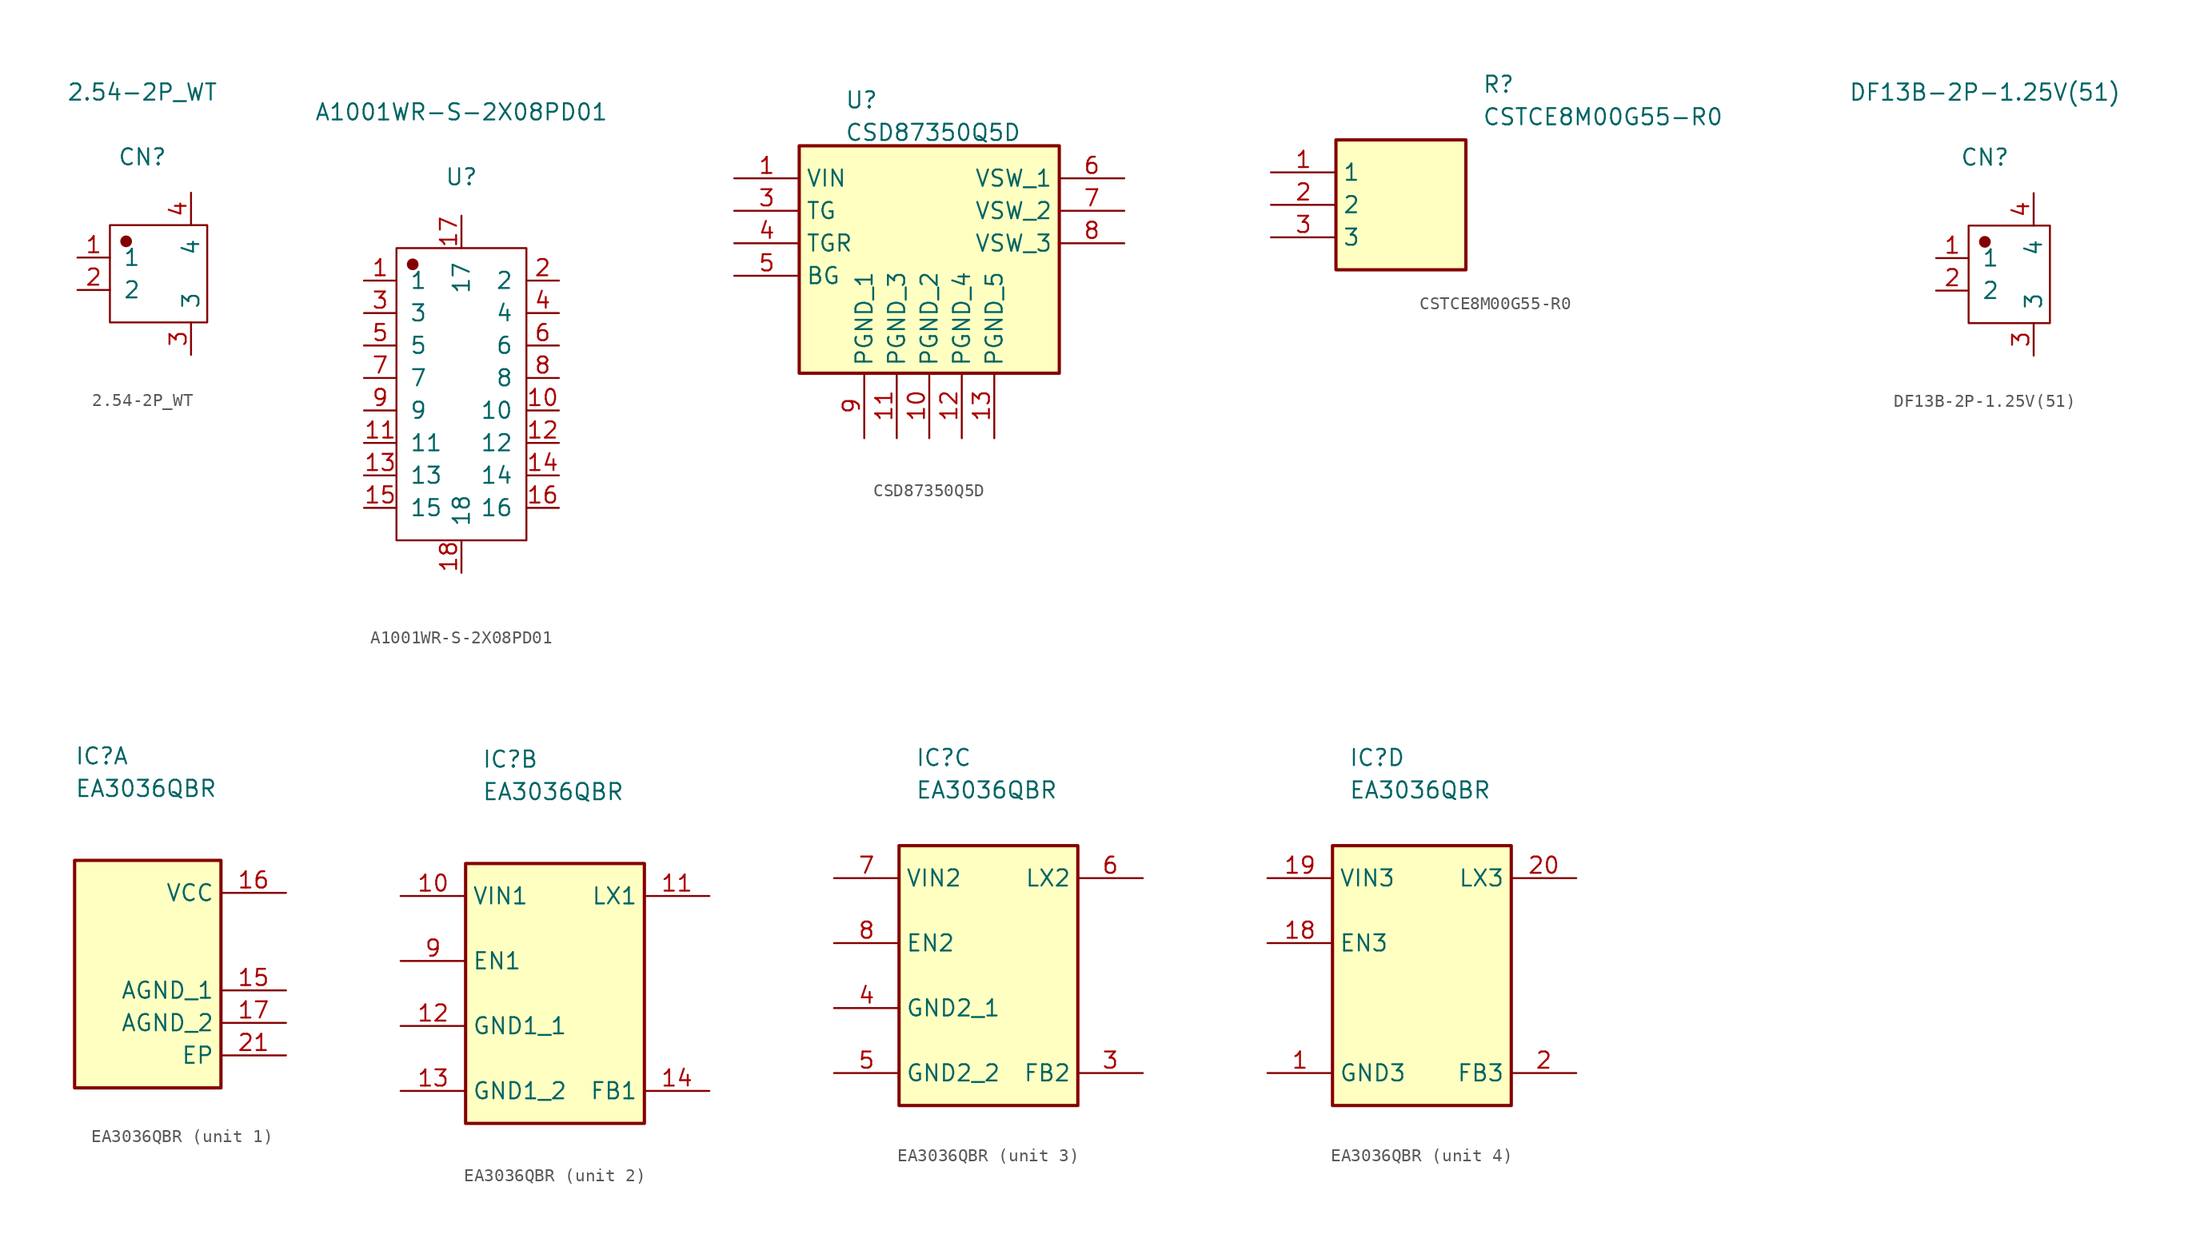
<source format=kicad_sym>
(kicad_symbol_lib
  (version 20231120)
  (generator "kicad_symbol_editor")
  (generator_version "8.0")
  (symbol "2.54-2P_WT"
    (pin_names
      (offset 1.016))
    (property "Reference" "CN"
      (at 0 9.144 0)
      (effects (font (size 1.27 1.27))))
    (property "Value" "2.54-2P_WT"
      (at 0 14.224 0)
      (effects (font (size 1.27 1.27))))
    (symbol "2.54-2P_WT_1_1"
      (rectangle (start -2.54 3.81) (end 5.08 -3.81) (stroke (width 0.152) (type solid)) (fill (type none)))
      (circle (center -1.27 2.54) (radius 0.381) (stroke (width 0.152) (type solid)) (fill (type outline)))
      (pin input line (at -5.08 1.27 0) (length 2.54) (name "1" (effects (font (size 1.27 1.27)))) (number "1" (effects (font (size 1.27 1.27)))))
      (pin input line (at -5.08 -1.27 0) (length 2.54) (name "2" (effects (font (size 1.27 1.27)))) (number "2" (effects (font (size 1.27 1.27)))))
      (pin input line (at 3.81 -6.35 90) (length 2.54) (name "3" (effects (font (size 1.27 1.27)))) (number "3" (effects (font (size 1.27 1.27)))))
      (pin input line (at 3.81 6.35 270) (length 2.54) (name "4" (effects (font (size 1.27 1.27)))) (number "4" (effects (font (size 1.27 1.27)))))))
  (symbol "A1001WR-S-2X08PD01"
    (pin_names
      (offset 1.016))
    (property "Reference" "U"
      (at 0 16.993 0)
      (effects (font (size 1.27 1.27))))
    (property "Value" "A1001WR-S-2X08PD01"
      (at 0 22.073 0)
      (effects (font (size 1.27 1.27))))
    (symbol "A1001WR-S-2X08PD01_1_1"
      (rectangle (start -5.08 11.43) (end 5.08 -11.43) (stroke (width 0.152) (type solid)) (fill (type none)))
      (circle (center -3.81 10.16) (radius 0.381) (stroke (width 0.152) (type solid)) (fill (type outline)))
      (pin input line (at -7.62 8.89 0) (length 2.54) (name "1" (effects (font (size 1.27 1.27)))) (number "1" (effects (font (size 1.27 1.27)))))
      (pin input line (at 7.62 -1.27 180) (length 2.54) (name "10" (effects (font (size 1.27 1.27)))) (number "10" (effects (font (size 1.27 1.27)))))
      (pin input line (at -7.62 -3.81 0) (length 2.54) (name "11" (effects (font (size 1.27 1.27)))) (number "11" (effects (font (size 1.27 1.27)))))
      (pin input line (at 7.62 -3.81 180) (length 2.54) (name "12" (effects (font (size 1.27 1.27)))) (number "12" (effects (font (size 1.27 1.27)))))
      (pin input line (at -7.62 -6.35 0) (length 2.54) (name "13" (effects (font (size 1.27 1.27)))) (number "13" (effects (font (size 1.27 1.27)))))
      (pin input line (at 7.62 -6.35 180) (length 2.54) (name "14" (effects (font (size 1.27 1.27)))) (number "14" (effects (font (size 1.27 1.27)))))
      (pin input line (at -7.62 -8.89 0) (length 2.54) (name "15" (effects (font (size 1.27 1.27)))) (number "15" (effects (font (size 1.27 1.27)))))
      (pin input line (at 7.62 -8.89 180) (length 2.54) (name "16" (effects (font (size 1.27 1.27)))) (number "16" (effects (font (size 1.27 1.27)))))
      (pin input line (at 0 13.97 270) (length 2.54) (name "17" (effects (font (size 1.27 1.27)))) (number "17" (effects (font (size 1.27 1.27)))))
      (pin input line (at 0 -13.97 90) (length 2.54) (name "18" (effects (font (size 1.27 1.27)))) (number "18" (effects (font (size 1.27 1.27)))))
      (pin input line (at 7.62 8.89 180) (length 2.54) (name "2" (effects (font (size 1.27 1.27)))) (number "2" (effects (font (size 1.27 1.27)))))
      (pin input line (at -7.62 6.35 0) (length 2.54) (name "3" (effects (font (size 1.27 1.27)))) (number "3" (effects (font (size 1.27 1.27)))))
      (pin input line (at 7.62 6.35 180) (length 2.54) (name "4" (effects (font (size 1.27 1.27)))) (number "4" (effects (font (size 1.27 1.27)))))
      (pin input line (at -7.62 3.81 0) (length 2.54) (name "5" (effects (font (size 1.27 1.27)))) (number "5" (effects (font (size 1.27 1.27)))))
      (pin input line (at 7.62 3.81 180) (length 2.54) (name "6" (effects (font (size 1.27 1.27)))) (number "6" (effects (font (size 1.27 1.27)))))
      (pin input line (at -7.62 1.27 0) (length 2.54) (name "7" (effects (font (size 1.27 1.27)))) (number "7" (effects (font (size 1.27 1.27)))))
      (pin input line (at 7.62 1.27 180) (length 2.54) (name "8" (effects (font (size 1.27 1.27)))) (number "8" (effects (font (size 1.27 1.27)))))
      (pin input line (at -7.62 -1.27 0) (length 2.54) (name "9" (effects (font (size 1.27 1.27)))) (number "9" (effects (font (size 1.27 1.27)))))))
  (symbol "CSD87350Q5D"
    (property "Reference" "U"
      (at -6.604 13.208 0)
      (effects (font (size 1.27 1.27)) (justify left top)))
    (property "Value" "CSD87350Q5D"
      (at -6.604 10.668 0)
      (effects (font (size 1.27 1.27)) (justify left top)))
    (symbol "CSD87350Q5D_1_1"
      (rectangle (start -10.16 8.89) (end 10.16 -8.89) (stroke (width 0.254) (type default)) (fill (type background)))
      (pin passive line (at -15.24 6.35 0) (length 5.08) (name "VIN" (effects (font (size 1.27 1.27)))) (number "1" (effects (font (size 1.27 1.27)))))
      (pin passive line (at 0 -13.97 90) (length 5.08) (name "PGND_2" (effects (font (size 1.27 1.27)))) (number "10" (effects (font (size 1.27 1.27)))))
      (pin passive line (at -2.54 -13.97 90) (length 5.08) (name "PGND_3" (effects (font (size 1.27 1.27)))) (number "11" (effects (font (size 1.27 1.27)))))
      (pin passive line (at 2.54 -13.97 90) (length 5.08) (name "PGND_4" (effects (font (size 1.27 1.27)))) (number "12" (effects (font (size 1.27 1.27)))))
      (pin passive line (at 5.08 -13.97 90) (length 5.08) (name "PGND_5" (effects (font (size 1.27 1.27)))) (number "13" (effects (font (size 1.27 1.27)))))
      (pin passive line (at -15.24 3.81 0) (length 5.08) (name "TG" (effects (font (size 1.27 1.27)))) (number "3" (effects (font (size 1.27 1.27)))))
      (pin passive line (at -15.24 1.27 0) (length 5.08) (name "TGR" (effects (font (size 1.27 1.27)))) (number "4" (effects (font (size 1.27 1.27)))))
      (pin passive line (at -15.24 -1.27 0) (length 5.08) (name "BG" (effects (font (size 1.27 1.27)))) (number "5" (effects (font (size 1.27 1.27)))))
      (pin passive line (at 15.24 6.35 180) (length 5.08) (name "VSW_1" (effects (font (size 1.27 1.27)))) (number "6" (effects (font (size 1.27 1.27)))))
      (pin passive line (at 15.24 3.81 180) (length 5.08) (name "VSW_2" (effects (font (size 1.27 1.27)))) (number "7" (effects (font (size 1.27 1.27)))))
      (pin passive line (at 15.24 1.27 180) (length 5.08) (name "VSW_3" (effects (font (size 1.27 1.27)))) (number "8" (effects (font (size 1.27 1.27)))))
      (pin passive line (at -5.08 -13.97 90) (length 5.08) (name "PGND_1" (effects (font (size 1.27 1.27)))) (number "9" (effects (font (size 1.27 1.27)))))))
  (symbol "CSTCE8M00G55-R0"
    (property "Reference" "R"
      (at 16.51 7.62 0)
      (effects (font (size 1.27 1.27)) (justify left top)))
    (property "Value" "CSTCE8M00G55-R0"
      (at 16.51 5.08 0)
      (effects (font (size 1.27 1.27)) (justify left top)))
    (symbol "CSTCE8M00G55-R0_1_1"
      (rectangle (start 5.08 2.54) (end 15.24 -7.62) (stroke (width 0.254) (type default)) (fill (type background)))
      (pin passive line (at 0 0 0) (length 5.08) (name "1" (effects (font (size 1.27 1.27)))) (number "1" (effects (font (size 1.27 1.27)))))
      (pin passive line (at 0 -2.54 0) (length 5.08) (name "2" (effects (font (size 1.27 1.27)))) (number "2" (effects (font (size 1.27 1.27)))))
      (pin passive line (at 0 -5.08 0) (length 5.08) (name "3" (effects (font (size 1.27 1.27)))) (number "3" (effects (font (size 1.27 1.27)))))))
  (symbol "DF13B-2P-1.25V(51)"
    (pin_names
      (offset 1.016))
    (property "Reference" "CN"
      (at 0 9.144 0)
      (effects (font (size 1.27 1.27))))
    (property "Value" "DF13B-2P-1.25V(51)"
      (at 0 14.224 0)
      (effects (font (size 1.27 1.27))))
    (symbol "DF13B-2P-1.25V(51)_1_1"
      (rectangle (start -1.27 3.81) (end 5.08 -3.81) (stroke (width 0.152) (type solid)) (fill (type none)))
      (circle (center 0 2.54) (radius 0.381) (stroke (width 0.152) (type solid)) (fill (type outline)))
      (pin input line (at -3.81 1.27 0) (length 2.54) (name "1" (effects (font (size 1.27 1.27)))) (number "1" (effects (font (size 1.27 1.27)))))
      (pin input line (at -3.81 -1.27 0) (length 2.54) (name "2" (effects (font (size 1.27 1.27)))) (number "2" (effects (font (size 1.27 1.27)))))
      (pin input line (at 3.81 -6.35 90) (length 2.54) (name "3" (effects (font (size 1.27 1.27)))) (number "3" (effects (font (size 1.27 1.27)))))
      (pin input line (at 3.81 6.35 270) (length 2.54) (name "4" (effects (font (size 1.27 1.27)))) (number "4" (effects (font (size 1.27 1.27)))))))
  (symbol "EA3036QBR"
    (property "Reference" "IC"
      (at 29.21 17.78 0)
      (effects (font (size 1.27 1.27)) (justify left top)))
    (property "Value" "EA3036QBR"
      (at 29.21 15.24 0)
      (effects (font (size 1.27 1.27)) (justify left top)))
    (property "ki_locked" ""
      (at 0 0 0)
      (effects (font (size 1.27 1.27))))
    (symbol "EA3036QBR_1_1"
      (rectangle (start 29.21 8.89) (end 40.64 -8.89) (stroke (width 0.254) (type default)) (fill (type background)))
      (pin passive line (at 45.72 -1.27 180) (length 5.08) (name "AGND_1" (effects (font (size 1.27 1.27)))) (number "15" (effects (font (size 1.27 1.27)))))
      (pin passive line (at 45.72 6.35 180) (length 5.08) (name "VCC" (effects (font (size 1.27 1.27)))) (number "16" (effects (font (size 1.27 1.27)))))
      (pin passive line (at 45.72 -3.81 180) (length 5.08) (name "AGND_2" (effects (font (size 1.27 1.27)))) (number "17" (effects (font (size 1.27 1.27)))))
      (pin passive line (at 45.72 -6.35 180) (length 5.08) (name "EP" (effects (font (size 1.27 1.27)))) (number "21" (effects (font (size 1.27 1.27))))))
    (symbol "EA3036QBR_2_1"
      (rectangle (start 27.94 8.89) (end 41.91 -11.43) (stroke (width 0.254) (type default)) (fill (type background)))
      (pin passive line (at 22.86 6.35 0) (length 5.08) (name "VIN1" (effects (font (size 1.27 1.27)))) (number "10" (effects (font (size 1.27 1.27)))))
      (pin passive line (at 46.99 6.35 180) (length 5.08) (name "LX1" (effects (font (size 1.27 1.27)))) (number "11" (effects (font (size 1.27 1.27)))))
      (pin passive line (at 22.86 -3.81 0) (length 5.08) (name "GND1_1" (effects (font (size 1.27 1.27)))) (number "12" (effects (font (size 1.27 1.27)))))
      (pin passive line (at 22.86 -8.89 0) (length 5.08) (name "GND1_2" (effects (font (size 1.27 1.27)))) (number "13" (effects (font (size 1.27 1.27)))))
      (pin passive line (at 46.99 -8.89 180) (length 5.08) (name "FB1" (effects (font (size 1.27 1.27)))) (number "14" (effects (font (size 1.27 1.27)))))
      (pin passive line (at 22.86 1.27 0) (length 5.08) (name "EN1" (effects (font (size 1.27 1.27)))) (number "9" (effects (font (size 1.27 1.27))))))
    (symbol "EA3036QBR_3_1"
      (rectangle (start 27.94 10.16) (end 41.91 -10.16) (stroke (width 0.254) (type default)) (fill (type background)))
      (pin passive line (at 46.99 -7.62 180) (length 5.08) (name "FB2" (effects (font (size 1.27 1.27)))) (number "3" (effects (font (size 1.27 1.27)))))
      (pin passive line (at 22.86 -2.54 0) (length 5.08) (name "GND2_1" (effects (font (size 1.27 1.27)))) (number "4" (effects (font (size 1.27 1.27)))))
      (pin passive line (at 22.86 -7.62 0) (length 5.08) (name "GND2_2" (effects (font (size 1.27 1.27)))) (number "5" (effects (font (size 1.27 1.27)))))
      (pin passive line (at 46.99 7.62 180) (length 5.08) (name "LX2" (effects (font (size 1.27 1.27)))) (number "6" (effects (font (size 1.27 1.27)))))
      (pin passive line (at 22.86 7.62 0) (length 5.08) (name "VIN2" (effects (font (size 1.27 1.27)))) (number "7" (effects (font (size 1.27 1.27)))))
      (pin passive line (at 22.86 2.54 0) (length 5.08) (name "EN2" (effects (font (size 1.27 1.27)))) (number "8" (effects (font (size 1.27 1.27))))))
    (symbol "EA3036QBR_4_1"
      (rectangle (start 27.94 10.16) (end 41.91 -10.16) (stroke (width 0.254) (type default)) (fill (type background)))
      (pin passive line (at 22.86 -7.62 0) (length 5.08) (name "GND3" (effects (font (size 1.27 1.27)))) (number "1" (effects (font (size 1.27 1.27)))))
      (pin passive line (at 22.86 2.54 0) (length 5.08) (name "EN3" (effects (font (size 1.27 1.27)))) (number "18" (effects (font (size 1.27 1.27)))))
      (pin passive line (at 22.86 7.62 0) (length 5.08) (name "VIN3" (effects (font (size 1.27 1.27)))) (number "19" (effects (font (size 1.27 1.27)))))
      (pin passive line (at 46.99 -7.62 180) (length 5.08) (name "FB3" (effects (font (size 1.27 1.27)))) (number "2" (effects (font (size 1.27 1.27)))))
      (pin passive line (at 46.99 7.62 180) (length 5.08) (name "LX3" (effects (font (size 1.27 1.27)))) (number "20" (effects (font (size 1.27 1.27))))))))
</source>
